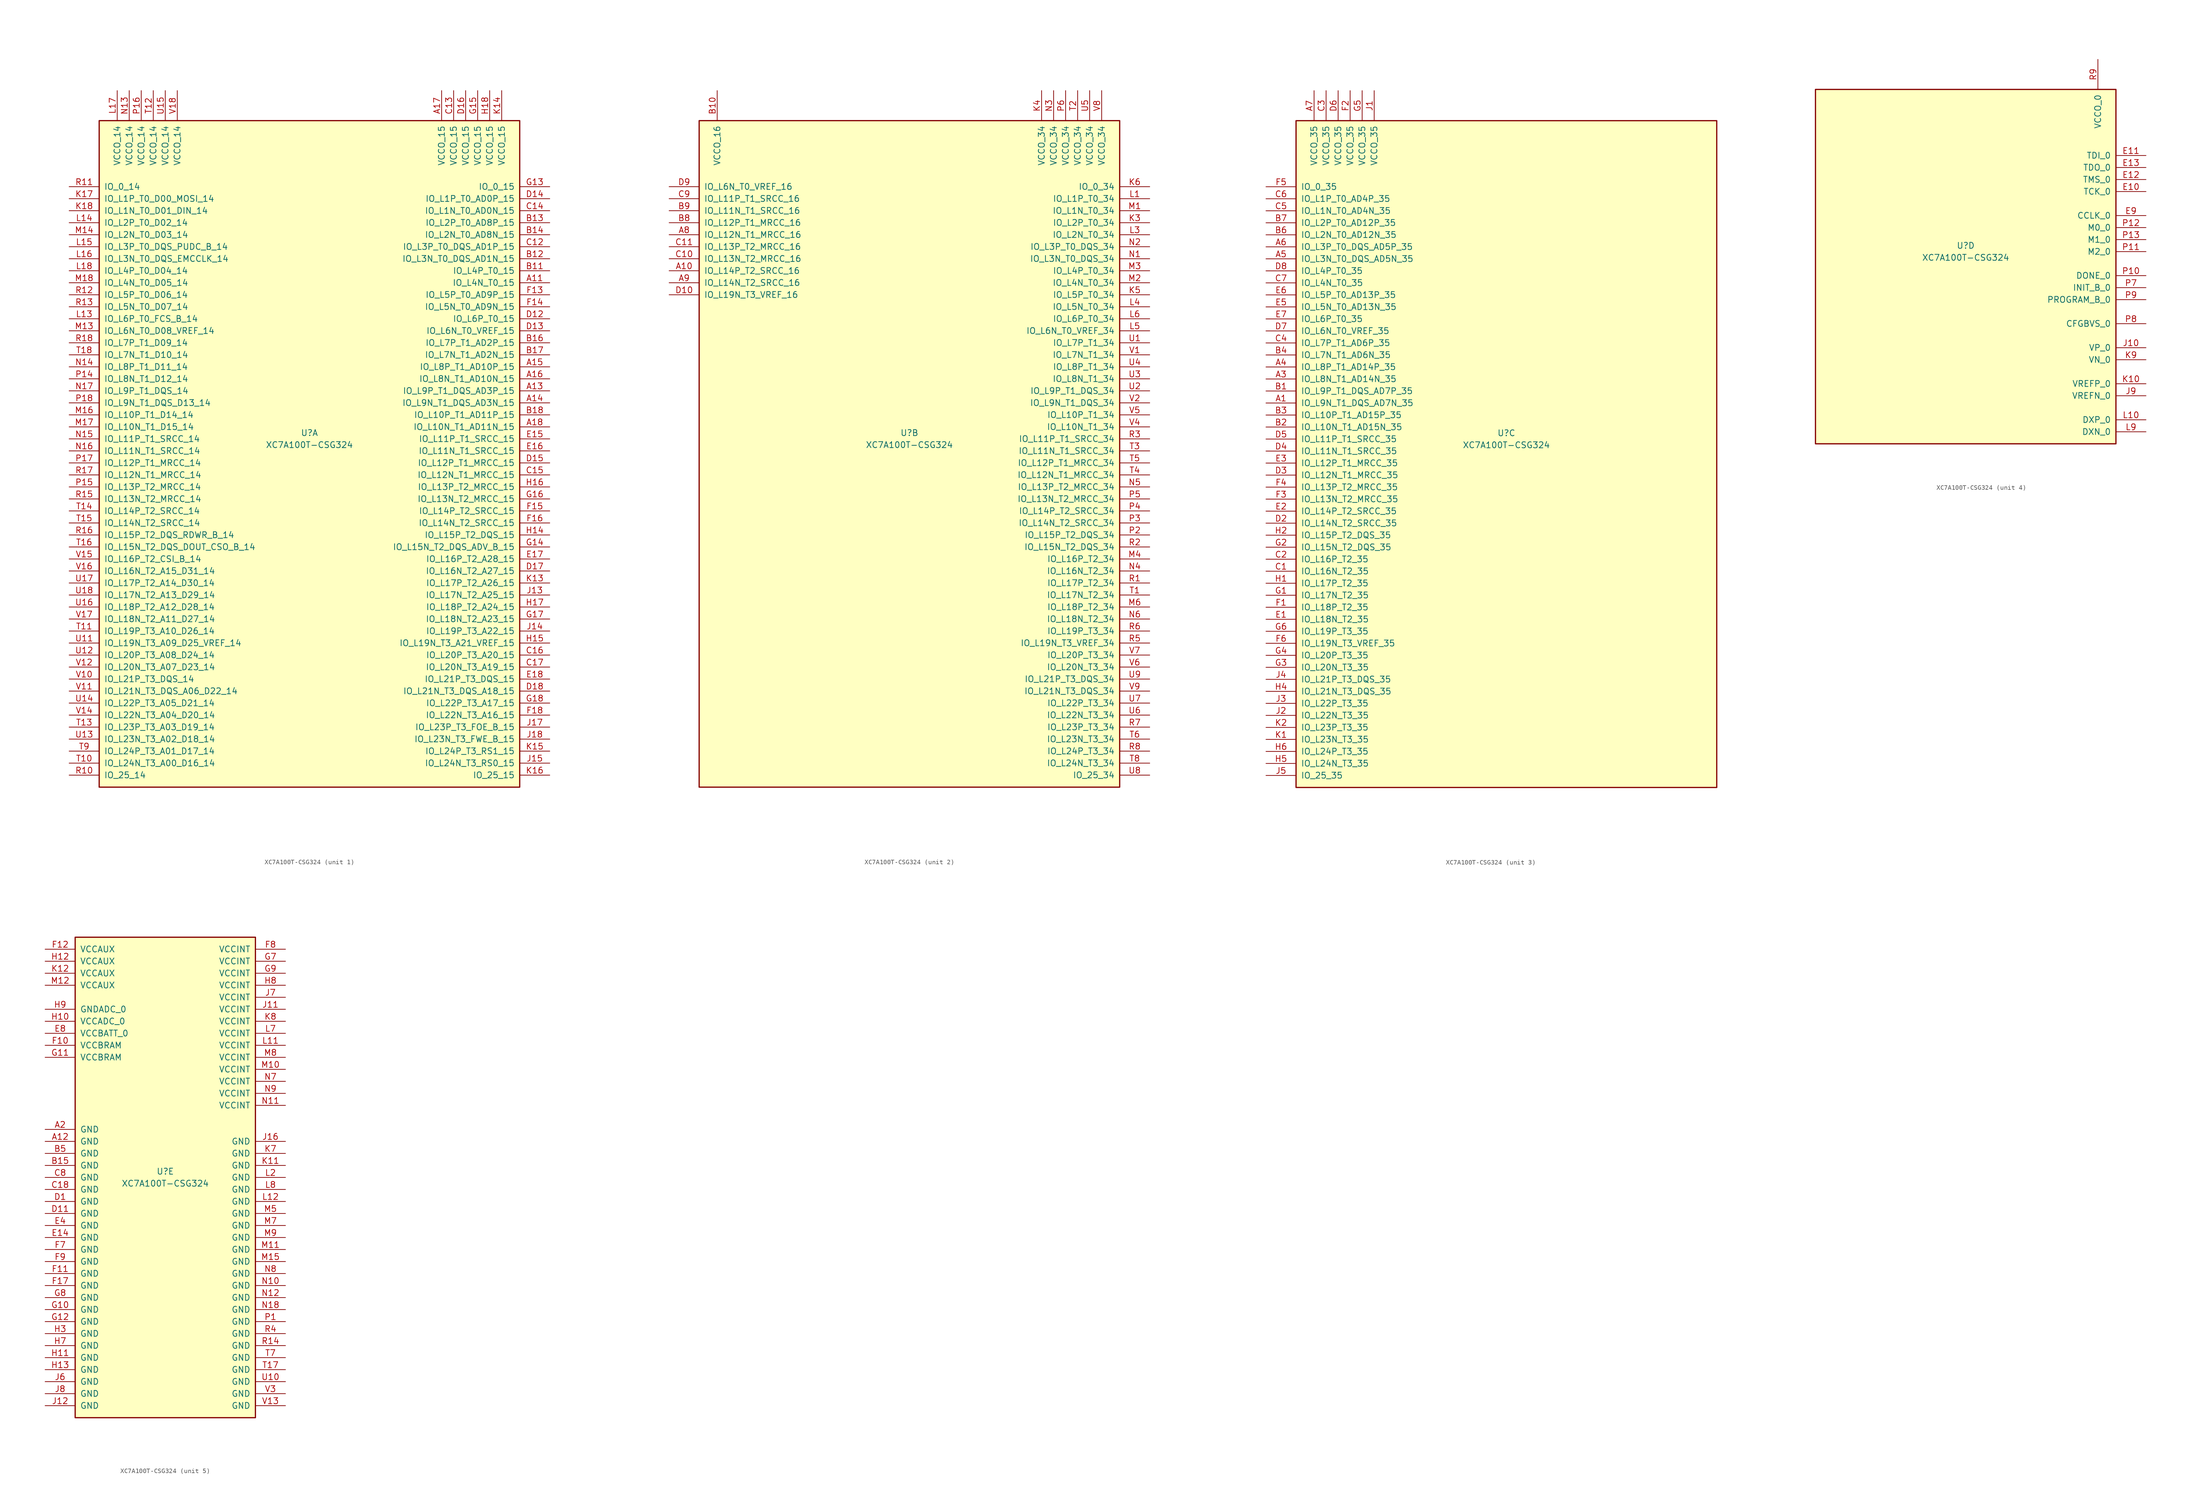
<source format=kicad_sym>
(kicad_symbol_lib
  (version 20231120)
  (generator "kicad_symbol_editor")
  (generator_version "8.0")
  (symbol "XC7A100T-CSG324"
    (pin_names
      (offset 1.016))
    (property "Reference" "U"
      (at 0 1.27 0)
      (effects (font (size 1.27 1.27))))
    (property "Value" "XC7A100T-CSG324"
      (at 0 -1.27 0)
      (effects (font (size 1.27 1.27))))
    (property "Datasheet" ""
      (at 0 0 0)
      (effects (font (size 1.27 1.27))))
    (property "ki_locked" ""
      (at 0 0 0)
      (effects (font (size 1.27 1.27))))
    (symbol "XC7A100T-CSG324_1_1"
      (rectangle (start -44.45 67.31) (end 44.45 -73.66) (stroke (width 0.254) (type solid)) (fill (type background)))
      (pin bidirectional line (at 50.8 33.02 180) (length 6.35) (name "IO_L4N_T0_15" (effects (font (size 1.27 1.27)))) (number "A11" (effects (font (size 1.27 1.27)))))
      (pin bidirectional line (at 50.8 10.16 180) (length 6.35) (name "IO_L9P_T1_DQS_AD3P_15" (effects (font (size 1.27 1.27)))) (number "A13" (effects (font (size 1.27 1.27)))))
      (pin bidirectional line (at 50.8 7.62 180) (length 6.35) (name "IO_L9N_T1_DQS_AD3N_15" (effects (font (size 1.27 1.27)))) (number "A14" (effects (font (size 1.27 1.27)))))
      (pin bidirectional line (at 50.8 15.24 180) (length 6.35) (name "IO_L8P_T1_AD10P_15" (effects (font (size 1.27 1.27)))) (number "A15" (effects (font (size 1.27 1.27)))))
      (pin bidirectional line (at 50.8 12.7 180) (length 6.35) (name "IO_L8N_T1_AD10N_15" (effects (font (size 1.27 1.27)))) (number "A16" (effects (font (size 1.27 1.27)))))
      (pin power_in line (at 27.94 73.66 270) (length 6.35) (name "VCCO_15" (effects (font (size 1.27 1.27)))) (number "A17" (effects (font (size 1.27 1.27)))))
      (pin bidirectional line (at 50.8 2.54 180) (length 6.35) (name "IO_L10N_T1_AD11N_15" (effects (font (size 1.27 1.27)))) (number "A18" (effects (font (size 1.27 1.27)))))
      (pin bidirectional line (at 50.8 35.56 180) (length 6.35) (name "IO_L4P_T0_15" (effects (font (size 1.27 1.27)))) (number "B11" (effects (font (size 1.27 1.27)))))
      (pin bidirectional line (at 50.8 38.1 180) (length 6.35) (name "IO_L3N_T0_DQS_AD1N_15" (effects (font (size 1.27 1.27)))) (number "B12" (effects (font (size 1.27 1.27)))))
      (pin bidirectional line (at 50.8 45.72 180) (length 6.35) (name "IO_L2P_T0_AD8P_15" (effects (font (size 1.27 1.27)))) (number "B13" (effects (font (size 1.27 1.27)))))
      (pin bidirectional line (at 50.8 43.18 180) (length 6.35) (name "IO_L2N_T0_AD8N_15" (effects (font (size 1.27 1.27)))) (number "B14" (effects (font (size 1.27 1.27)))))
      (pin bidirectional line (at 50.8 20.32 180) (length 6.35) (name "IO_L7P_T1_AD2P_15" (effects (font (size 1.27 1.27)))) (number "B16" (effects (font (size 1.27 1.27)))))
      (pin bidirectional line (at 50.8 17.78 180) (length 6.35) (name "IO_L7N_T1_AD2N_15" (effects (font (size 1.27 1.27)))) (number "B17" (effects (font (size 1.27 1.27)))))
      (pin bidirectional line (at 50.8 5.08 180) (length 6.35) (name "IO_L10P_T1_AD11P_15" (effects (font (size 1.27 1.27)))) (number "B18" (effects (font (size 1.27 1.27)))))
      (pin bidirectional line (at 50.8 40.64 180) (length 6.35) (name "IO_L3P_T0_DQS_AD1P_15" (effects (font (size 1.27 1.27)))) (number "C12" (effects (font (size 1.27 1.27)))))
      (pin power_in line (at 30.48 73.66 270) (length 6.35) (name "VCCO_15" (effects (font (size 1.27 1.27)))) (number "C13" (effects (font (size 1.27 1.27)))))
      (pin bidirectional line (at 50.8 48.26 180) (length 6.35) (name "IO_L1N_T0_AD0N_15" (effects (font (size 1.27 1.27)))) (number "C14" (effects (font (size 1.27 1.27)))))
      (pin bidirectional line (at 50.8 -7.62 180) (length 6.35) (name "IO_L12N_T1_MRCC_15" (effects (font (size 1.27 1.27)))) (number "C15" (effects (font (size 1.27 1.27)))))
      (pin bidirectional line (at 50.8 -45.72 180) (length 6.35) (name "IO_L20P_T3_A20_15" (effects (font (size 1.27 1.27)))) (number "C16" (effects (font (size 1.27 1.27)))))
      (pin bidirectional line (at 50.8 -48.26 180) (length 6.35) (name "IO_L20N_T3_A19_15" (effects (font (size 1.27 1.27)))) (number "C17" (effects (font (size 1.27 1.27)))))
      (pin bidirectional line (at 50.8 25.4 180) (length 6.35) (name "IO_L6P_T0_15" (effects (font (size 1.27 1.27)))) (number "D12" (effects (font (size 1.27 1.27)))))
      (pin bidirectional line (at 50.8 22.86 180) (length 6.35) (name "IO_L6N_T0_VREF_15" (effects (font (size 1.27 1.27)))) (number "D13" (effects (font (size 1.27 1.27)))))
      (pin bidirectional line (at 50.8 50.8 180) (length 6.35) (name "IO_L1P_T0_AD0P_15" (effects (font (size 1.27 1.27)))) (number "D14" (effects (font (size 1.27 1.27)))))
      (pin bidirectional line (at 50.8 -5.08 180) (length 6.35) (name "IO_L12P_T1_MRCC_15" (effects (font (size 1.27 1.27)))) (number "D15" (effects (font (size 1.27 1.27)))))
      (pin power_in line (at 33.02 73.66 270) (length 6.35) (name "VCCO_15" (effects (font (size 1.27 1.27)))) (number "D16" (effects (font (size 1.27 1.27)))))
      (pin bidirectional line (at 50.8 -27.94 180) (length 6.35) (name "IO_L16N_T2_A27_15" (effects (font (size 1.27 1.27)))) (number "D17" (effects (font (size 1.27 1.27)))))
      (pin bidirectional line (at 50.8 -53.34 180) (length 6.35) (name "IO_L21N_T3_DQS_A18_15" (effects (font (size 1.27 1.27)))) (number "D18" (effects (font (size 1.27 1.27)))))
      (pin bidirectional line (at 50.8 0 180) (length 6.35) (name "IO_L11P_T1_SRCC_15" (effects (font (size 1.27 1.27)))) (number "E15" (effects (font (size 1.27 1.27)))))
      (pin bidirectional line (at 50.8 -2.54 180) (length 6.35) (name "IO_L11N_T1_SRCC_15" (effects (font (size 1.27 1.27)))) (number "E16" (effects (font (size 1.27 1.27)))))
      (pin bidirectional line (at 50.8 -25.4 180) (length 6.35) (name "IO_L16P_T2_A28_15" (effects (font (size 1.27 1.27)))) (number "E17" (effects (font (size 1.27 1.27)))))
      (pin bidirectional line (at 50.8 -50.8 180) (length 6.35) (name "IO_L21P_T3_DQS_15" (effects (font (size 1.27 1.27)))) (number "E18" (effects (font (size 1.27 1.27)))))
      (pin bidirectional line (at 50.8 30.48 180) (length 6.35) (name "IO_L5P_T0_AD9P_15" (effects (font (size 1.27 1.27)))) (number "F13" (effects (font (size 1.27 1.27)))))
      (pin bidirectional line (at 50.8 27.94 180) (length 6.35) (name "IO_L5N_T0_AD9N_15" (effects (font (size 1.27 1.27)))) (number "F14" (effects (font (size 1.27 1.27)))))
      (pin bidirectional line (at 50.8 -15.24 180) (length 6.35) (name "IO_L14P_T2_SRCC_15" (effects (font (size 1.27 1.27)))) (number "F15" (effects (font (size 1.27 1.27)))))
      (pin bidirectional line (at 50.8 -17.78 180) (length 6.35) (name "IO_L14N_T2_SRCC_15" (effects (font (size 1.27 1.27)))) (number "F16" (effects (font (size 1.27 1.27)))))
      (pin bidirectional line (at 50.8 -58.42 180) (length 6.35) (name "IO_L22N_T3_A16_15" (effects (font (size 1.27 1.27)))) (number "F18" (effects (font (size 1.27 1.27)))))
      (pin bidirectional line (at 50.8 53.34 180) (length 6.35) (name "IO_0_15" (effects (font (size 1.27 1.27)))) (number "G13" (effects (font (size 1.27 1.27)))))
      (pin bidirectional line (at 50.8 -22.86 180) (length 6.35) (name "IO_L15N_T2_DQS_ADV_B_15" (effects (font (size 1.27 1.27)))) (number "G14" (effects (font (size 1.27 1.27)))))
      (pin power_in line (at 35.56 73.66 270) (length 6.35) (name "VCCO_15" (effects (font (size 1.27 1.27)))) (number "G15" (effects (font (size 1.27 1.27)))))
      (pin bidirectional line (at 50.8 -12.7 180) (length 6.35) (name "IO_L13N_T2_MRCC_15" (effects (font (size 1.27 1.27)))) (number "G16" (effects (font (size 1.27 1.27)))))
      (pin bidirectional line (at 50.8 -38.1 180) (length 6.35) (name "IO_L18N_T2_A23_15" (effects (font (size 1.27 1.27)))) (number "G17" (effects (font (size 1.27 1.27)))))
      (pin bidirectional line (at 50.8 -55.88 180) (length 6.35) (name "IO_L22P_T3_A17_15" (effects (font (size 1.27 1.27)))) (number "G18" (effects (font (size 1.27 1.27)))))
      (pin bidirectional line (at 50.8 -20.32 180) (length 6.35) (name "IO_L15P_T2_DQS_15" (effects (font (size 1.27 1.27)))) (number "H14" (effects (font (size 1.27 1.27)))))
      (pin bidirectional line (at 50.8 -43.18 180) (length 6.35) (name "IO_L19N_T3_A21_VREF_15" (effects (font (size 1.27 1.27)))) (number "H15" (effects (font (size 1.27 1.27)))))
      (pin bidirectional line (at 50.8 -10.16 180) (length 6.35) (name "IO_L13P_T2_MRCC_15" (effects (font (size 1.27 1.27)))) (number "H16" (effects (font (size 1.27 1.27)))))
      (pin bidirectional line (at 50.8 -35.56 180) (length 6.35) (name "IO_L18P_T2_A24_15" (effects (font (size 1.27 1.27)))) (number "H17" (effects (font (size 1.27 1.27)))))
      (pin power_in line (at 38.1 73.66 270) (length 6.35) (name "VCCO_15" (effects (font (size 1.27 1.27)))) (number "H18" (effects (font (size 1.27 1.27)))))
      (pin bidirectional line (at 50.8 -33.02 180) (length 6.35) (name "IO_L17N_T2_A25_15" (effects (font (size 1.27 1.27)))) (number "J13" (effects (font (size 1.27 1.27)))))
      (pin bidirectional line (at 50.8 -40.64 180) (length 6.35) (name "IO_L19P_T3_A22_15" (effects (font (size 1.27 1.27)))) (number "J14" (effects (font (size 1.27 1.27)))))
      (pin bidirectional line (at 50.8 -68.58 180) (length 6.35) (name "IO_L24N_T3_RS0_15" (effects (font (size 1.27 1.27)))) (number "J15" (effects (font (size 1.27 1.27)))))
      (pin bidirectional line (at 50.8 -60.96 180) (length 6.35) (name "IO_L23P_T3_FOE_B_15" (effects (font (size 1.27 1.27)))) (number "J17" (effects (font (size 1.27 1.27)))))
      (pin bidirectional line (at 50.8 -63.5 180) (length 6.35) (name "IO_L23N_T3_FWE_B_15" (effects (font (size 1.27 1.27)))) (number "J18" (effects (font (size 1.27 1.27)))))
      (pin bidirectional line (at 50.8 -30.48 180) (length 6.35) (name "IO_L17P_T2_A26_15" (effects (font (size 1.27 1.27)))) (number "K13" (effects (font (size 1.27 1.27)))))
      (pin power_in line (at 40.64 73.66 270) (length 6.35) (name "VCCO_15" (effects (font (size 1.27 1.27)))) (number "K14" (effects (font (size 1.27 1.27)))))
      (pin bidirectional line (at 50.8 -66.04 180) (length 6.35) (name "IO_L24P_T3_RS1_15" (effects (font (size 1.27 1.27)))) (number "K15" (effects (font (size 1.27 1.27)))))
      (pin bidirectional line (at 50.8 -71.12 180) (length 6.35) (name "IO_25_15" (effects (font (size 1.27 1.27)))) (number "K16" (effects (font (size 1.27 1.27)))))
      (pin bidirectional line (at -50.8 50.8 0) (length 6.35) (name "IO_L1P_T0_D00_MOSI_14" (effects (font (size 1.27 1.27)))) (number "K17" (effects (font (size 1.27 1.27)))))
      (pin bidirectional line (at -50.8 48.26 0) (length 6.35) (name "IO_L1N_T0_D01_DIN_14" (effects (font (size 1.27 1.27)))) (number "K18" (effects (font (size 1.27 1.27)))))
      (pin bidirectional line (at -50.8 25.4 0) (length 6.35) (name "IO_L6P_T0_FCS_B_14" (effects (font (size 1.27 1.27)))) (number "L13" (effects (font (size 1.27 1.27)))))
      (pin bidirectional line (at -50.8 45.72 0) (length 6.35) (name "IO_L2P_T0_D02_14" (effects (font (size 1.27 1.27)))) (number "L14" (effects (font (size 1.27 1.27)))))
      (pin bidirectional line (at -50.8 40.64 0) (length 6.35) (name "IO_L3P_T0_DQS_PUDC_B_14" (effects (font (size 1.27 1.27)))) (number "L15" (effects (font (size 1.27 1.27)))))
      (pin bidirectional line (at -50.8 38.1 0) (length 6.35) (name "IO_L3N_T0_DQS_EMCCLK_14" (effects (font (size 1.27 1.27)))) (number "L16" (effects (font (size 1.27 1.27)))))
      (pin power_in line (at -40.64 73.66 270) (length 6.35) (name "VCCO_14" (effects (font (size 1.27 1.27)))) (number "L17" (effects (font (size 1.27 1.27)))))
      (pin bidirectional line (at -50.8 35.56 0) (length 6.35) (name "IO_L4P_T0_D04_14" (effects (font (size 1.27 1.27)))) (number "L18" (effects (font (size 1.27 1.27)))))
      (pin bidirectional line (at -50.8 22.86 0) (length 6.35) (name "IO_L6N_T0_D08_VREF_14" (effects (font (size 1.27 1.27)))) (number "M13" (effects (font (size 1.27 1.27)))))
      (pin bidirectional line (at -50.8 43.18 0) (length 6.35) (name "IO_L2N_T0_D03_14" (effects (font (size 1.27 1.27)))) (number "M14" (effects (font (size 1.27 1.27)))))
      (pin bidirectional line (at -50.8 5.08 0) (length 6.35) (name "IO_L10P_T1_D14_14" (effects (font (size 1.27 1.27)))) (number "M16" (effects (font (size 1.27 1.27)))))
      (pin bidirectional line (at -50.8 2.54 0) (length 6.35) (name "IO_L10N_T1_D15_14" (effects (font (size 1.27 1.27)))) (number "M17" (effects (font (size 1.27 1.27)))))
      (pin bidirectional line (at -50.8 33.02 0) (length 6.35) (name "IO_L4N_T0_D05_14" (effects (font (size 1.27 1.27)))) (number "M18" (effects (font (size 1.27 1.27)))))
      (pin power_in line (at -38.1 73.66 270) (length 6.35) (name "VCCO_14" (effects (font (size 1.27 1.27)))) (number "N13" (effects (font (size 1.27 1.27)))))
      (pin bidirectional line (at -50.8 15.24 0) (length 6.35) (name "IO_L8P_T1_D11_14" (effects (font (size 1.27 1.27)))) (number "N14" (effects (font (size 1.27 1.27)))))
      (pin bidirectional line (at -50.8 0 0) (length 6.35) (name "IO_L11P_T1_SRCC_14" (effects (font (size 1.27 1.27)))) (number "N15" (effects (font (size 1.27 1.27)))))
      (pin bidirectional line (at -50.8 -2.54 0) (length 6.35) (name "IO_L11N_T1_SRCC_14" (effects (font (size 1.27 1.27)))) (number "N16" (effects (font (size 1.27 1.27)))))
      (pin bidirectional line (at -50.8 10.16 0) (length 6.35) (name "IO_L9P_T1_DQS_14" (effects (font (size 1.27 1.27)))) (number "N17" (effects (font (size 1.27 1.27)))))
      (pin bidirectional line (at -50.8 12.7 0) (length 6.35) (name "IO_L8N_T1_D12_14" (effects (font (size 1.27 1.27)))) (number "P14" (effects (font (size 1.27 1.27)))))
      (pin bidirectional line (at -50.8 -10.16 0) (length 6.35) (name "IO_L13P_T2_MRCC_14" (effects (font (size 1.27 1.27)))) (number "P15" (effects (font (size 1.27 1.27)))))
      (pin power_in line (at -35.56 73.66 270) (length 6.35) (name "VCCO_14" (effects (font (size 1.27 1.27)))) (number "P16" (effects (font (size 1.27 1.27)))))
      (pin bidirectional line (at -50.8 -5.08 0) (length 6.35) (name "IO_L12P_T1_MRCC_14" (effects (font (size 1.27 1.27)))) (number "P17" (effects (font (size 1.27 1.27)))))
      (pin bidirectional line (at -50.8 7.62 0) (length 6.35) (name "IO_L9N_T1_DQS_D13_14" (effects (font (size 1.27 1.27)))) (number "P18" (effects (font (size 1.27 1.27)))))
      (pin bidirectional line (at -50.8 -71.12 0) (length 6.35) (name "IO_25_14" (effects (font (size 1.27 1.27)))) (number "R10" (effects (font (size 1.27 1.27)))))
      (pin bidirectional line (at -50.8 53.34 0) (length 6.35) (name "IO_0_14" (effects (font (size 1.27 1.27)))) (number "R11" (effects (font (size 1.27 1.27)))))
      (pin bidirectional line (at -50.8 30.48 0) (length 6.35) (name "IO_L5P_T0_D06_14" (effects (font (size 1.27 1.27)))) (number "R12" (effects (font (size 1.27 1.27)))))
      (pin bidirectional line (at -50.8 27.94 0) (length 6.35) (name "IO_L5N_T0_D07_14" (effects (font (size 1.27 1.27)))) (number "R13" (effects (font (size 1.27 1.27)))))
      (pin bidirectional line (at -50.8 -12.7 0) (length 6.35) (name "IO_L13N_T2_MRCC_14" (effects (font (size 1.27 1.27)))) (number "R15" (effects (font (size 1.27 1.27)))))
      (pin bidirectional line (at -50.8 -20.32 0) (length 6.35) (name "IO_L15P_T2_DQS_RDWR_B_14" (effects (font (size 1.27 1.27)))) (number "R16" (effects (font (size 1.27 1.27)))))
      (pin bidirectional line (at -50.8 -7.62 0) (length 6.35) (name "IO_L12N_T1_MRCC_14" (effects (font (size 1.27 1.27)))) (number "R17" (effects (font (size 1.27 1.27)))))
      (pin bidirectional line (at -50.8 20.32 0) (length 6.35) (name "IO_L7P_T1_D09_14" (effects (font (size 1.27 1.27)))) (number "R18" (effects (font (size 1.27 1.27)))))
      (pin bidirectional line (at -50.8 -68.58 0) (length 6.35) (name "IO_L24N_T3_A00_D16_14" (effects (font (size 1.27 1.27)))) (number "T10" (effects (font (size 1.27 1.27)))))
      (pin bidirectional line (at -50.8 -40.64 0) (length 6.35) (name "IO_L19P_T3_A10_D26_14" (effects (font (size 1.27 1.27)))) (number "T11" (effects (font (size 1.27 1.27)))))
      (pin power_in line (at -33.02 73.66 270) (length 6.35) (name "VCCO_14" (effects (font (size 1.27 1.27)))) (number "T12" (effects (font (size 1.27 1.27)))))
      (pin bidirectional line (at -50.8 -60.96 0) (length 6.35) (name "IO_L23P_T3_A03_D19_14" (effects (font (size 1.27 1.27)))) (number "T13" (effects (font (size 1.27 1.27)))))
      (pin bidirectional line (at -50.8 -15.24 0) (length 6.35) (name "IO_L14P_T2_SRCC_14" (effects (font (size 1.27 1.27)))) (number "T14" (effects (font (size 1.27 1.27)))))
      (pin bidirectional line (at -50.8 -17.78 0) (length 6.35) (name "IO_L14N_T2_SRCC_14" (effects (font (size 1.27 1.27)))) (number "T15" (effects (font (size 1.27 1.27)))))
      (pin bidirectional line (at -50.8 -22.86 0) (length 6.35) (name "IO_L15N_T2_DQS_DOUT_CSO_B_14" (effects (font (size 1.27 1.27)))) (number "T16" (effects (font (size 1.27 1.27)))))
      (pin bidirectional line (at -50.8 17.78 0) (length 6.35) (name "IO_L7N_T1_D10_14" (effects (font (size 1.27 1.27)))) (number "T18" (effects (font (size 1.27 1.27)))))
      (pin bidirectional line (at -50.8 -66.04 0) (length 6.35) (name "IO_L24P_T3_A01_D17_14" (effects (font (size 1.27 1.27)))) (number "T9" (effects (font (size 1.27 1.27)))))
      (pin bidirectional line (at -50.8 -43.18 0) (length 6.35) (name "IO_L19N_T3_A09_D25_VREF_14" (effects (font (size 1.27 1.27)))) (number "U11" (effects (font (size 1.27 1.27)))))
      (pin bidirectional line (at -50.8 -45.72 0) (length 6.35) (name "IO_L20P_T3_A08_D24_14" (effects (font (size 1.27 1.27)))) (number "U12" (effects (font (size 1.27 1.27)))))
      (pin bidirectional line (at -50.8 -63.5 0) (length 6.35) (name "IO_L23N_T3_A02_D18_14" (effects (font (size 1.27 1.27)))) (number "U13" (effects (font (size 1.27 1.27)))))
      (pin bidirectional line (at -50.8 -55.88 0) (length 6.35) (name "IO_L22P_T3_A05_D21_14" (effects (font (size 1.27 1.27)))) (number "U14" (effects (font (size 1.27 1.27)))))
      (pin power_in line (at -30.48 73.66 270) (length 6.35) (name "VCCO_14" (effects (font (size 1.27 1.27)))) (number "U15" (effects (font (size 1.27 1.27)))))
      (pin bidirectional line (at -50.8 -35.56 0) (length 6.35) (name "IO_L18P_T2_A12_D28_14" (effects (font (size 1.27 1.27)))) (number "U16" (effects (font (size 1.27 1.27)))))
      (pin bidirectional line (at -50.8 -30.48 0) (length 6.35) (name "IO_L17P_T2_A14_D30_14" (effects (font (size 1.27 1.27)))) (number "U17" (effects (font (size 1.27 1.27)))))
      (pin bidirectional line (at -50.8 -33.02 0) (length 6.35) (name "IO_L17N_T2_A13_D29_14" (effects (font (size 1.27 1.27)))) (number "U18" (effects (font (size 1.27 1.27)))))
      (pin bidirectional line (at -50.8 -50.8 0) (length 6.35) (name "IO_L21P_T3_DQS_14" (effects (font (size 1.27 1.27)))) (number "V10" (effects (font (size 1.27 1.27)))))
      (pin bidirectional line (at -50.8 -53.34 0) (length 6.35) (name "IO_L21N_T3_DQS_A06_D22_14" (effects (font (size 1.27 1.27)))) (number "V11" (effects (font (size 1.27 1.27)))))
      (pin bidirectional line (at -50.8 -48.26 0) (length 6.35) (name "IO_L20N_T3_A07_D23_14" (effects (font (size 1.27 1.27)))) (number "V12" (effects (font (size 1.27 1.27)))))
      (pin bidirectional line (at -50.8 -58.42 0) (length 6.35) (name "IO_L22N_T3_A04_D20_14" (effects (font (size 1.27 1.27)))) (number "V14" (effects (font (size 1.27 1.27)))))
      (pin bidirectional line (at -50.8 -25.4 0) (length 6.35) (name "IO_L16P_T2_CSI_B_14" (effects (font (size 1.27 1.27)))) (number "V15" (effects (font (size 1.27 1.27)))))
      (pin bidirectional line (at -50.8 -27.94 0) (length 6.35) (name "IO_L16N_T2_A15_D31_14" (effects (font (size 1.27 1.27)))) (number "V16" (effects (font (size 1.27 1.27)))))
      (pin bidirectional line (at -50.8 -38.1 0) (length 6.35) (name "IO_L18N_T2_A11_D27_14" (effects (font (size 1.27 1.27)))) (number "V17" (effects (font (size 1.27 1.27)))))
      (pin power_in line (at -27.94 73.66 270) (length 6.35) (name "VCCO_14" (effects (font (size 1.27 1.27)))) (number "V18" (effects (font (size 1.27 1.27))))))
    (symbol "XC7A100T-CSG324_2_1"
      (rectangle (start -44.45 67.31) (end 44.45 -73.66) (stroke (width 0.254) (type solid)) (fill (type background)))
      (pin bidirectional line (at -50.8 35.56 0) (length 6.35) (name "IO_L14P_T2_SRCC_16" (effects (font (size 1.27 1.27)))) (number "A10" (effects (font (size 1.27 1.27)))))
      (pin bidirectional line (at -50.8 43.18 0) (length 6.35) (name "IO_L12N_T1_MRCC_16" (effects (font (size 1.27 1.27)))) (number "A8" (effects (font (size 1.27 1.27)))))
      (pin bidirectional line (at -50.8 33.02 0) (length 6.35) (name "IO_L14N_T2_SRCC_16" (effects (font (size 1.27 1.27)))) (number "A9" (effects (font (size 1.27 1.27)))))
      (pin power_in line (at -40.64 73.66 270) (length 6.35) (name "VCCO_16" (effects (font (size 1.27 1.27)))) (number "B10" (effects (font (size 1.27 1.27)))))
      (pin bidirectional line (at -50.8 45.72 0) (length 6.35) (name "IO_L12P_T1_MRCC_16" (effects (font (size 1.27 1.27)))) (number "B8" (effects (font (size 1.27 1.27)))))
      (pin bidirectional line (at -50.8 48.26 0) (length 6.35) (name "IO_L11N_T1_SRCC_16" (effects (font (size 1.27 1.27)))) (number "B9" (effects (font (size 1.27 1.27)))))
      (pin bidirectional line (at -50.8 38.1 0) (length 6.35) (name "IO_L13N_T2_MRCC_16" (effects (font (size 1.27 1.27)))) (number "C10" (effects (font (size 1.27 1.27)))))
      (pin bidirectional line (at -50.8 40.64 0) (length 6.35) (name "IO_L13P_T2_MRCC_16" (effects (font (size 1.27 1.27)))) (number "C11" (effects (font (size 1.27 1.27)))))
      (pin bidirectional line (at -50.8 50.8 0) (length 6.35) (name "IO_L11P_T1_SRCC_16" (effects (font (size 1.27 1.27)))) (number "C9" (effects (font (size 1.27 1.27)))))
      (pin bidirectional line (at -50.8 30.48 0) (length 6.35) (name "IO_L19N_T3_VREF_16" (effects (font (size 1.27 1.27)))) (number "D10" (effects (font (size 1.27 1.27)))))
      (pin bidirectional line (at -50.8 53.34 0) (length 6.35) (name "IO_L6N_T0_VREF_16" (effects (font (size 1.27 1.27)))) (number "D9" (effects (font (size 1.27 1.27)))))
      (pin bidirectional line (at 50.8 45.72 180) (length 6.35) (name "IO_L2P_T0_34" (effects (font (size 1.27 1.27)))) (number "K3" (effects (font (size 1.27 1.27)))))
      (pin power_in line (at 27.94 73.66 270) (length 6.35) (name "VCCO_34" (effects (font (size 1.27 1.27)))) (number "K4" (effects (font (size 1.27 1.27)))))
      (pin bidirectional line (at 50.8 30.48 180) (length 6.35) (name "IO_L5P_T0_34" (effects (font (size 1.27 1.27)))) (number "K5" (effects (font (size 1.27 1.27)))))
      (pin bidirectional line (at 50.8 53.34 180) (length 6.35) (name "IO_0_34" (effects (font (size 1.27 1.27)))) (number "K6" (effects (font (size 1.27 1.27)))))
      (pin bidirectional line (at 50.8 50.8 180) (length 6.35) (name "IO_L1P_T0_34" (effects (font (size 1.27 1.27)))) (number "L1" (effects (font (size 1.27 1.27)))))
      (pin bidirectional line (at 50.8 43.18 180) (length 6.35) (name "IO_L2N_T0_34" (effects (font (size 1.27 1.27)))) (number "L3" (effects (font (size 1.27 1.27)))))
      (pin bidirectional line (at 50.8 27.94 180) (length 6.35) (name "IO_L5N_T0_34" (effects (font (size 1.27 1.27)))) (number "L4" (effects (font (size 1.27 1.27)))))
      (pin bidirectional line (at 50.8 22.86 180) (length 6.35) (name "IO_L6N_T0_VREF_34" (effects (font (size 1.27 1.27)))) (number "L5" (effects (font (size 1.27 1.27)))))
      (pin bidirectional line (at 50.8 25.4 180) (length 6.35) (name "IO_L6P_T0_34" (effects (font (size 1.27 1.27)))) (number "L6" (effects (font (size 1.27 1.27)))))
      (pin bidirectional line (at 50.8 48.26 180) (length 6.35) (name "IO_L1N_T0_34" (effects (font (size 1.27 1.27)))) (number "M1" (effects (font (size 1.27 1.27)))))
      (pin bidirectional line (at 50.8 33.02 180) (length 6.35) (name "IO_L4N_T0_34" (effects (font (size 1.27 1.27)))) (number "M2" (effects (font (size 1.27 1.27)))))
      (pin bidirectional line (at 50.8 35.56 180) (length 6.35) (name "IO_L4P_T0_34" (effects (font (size 1.27 1.27)))) (number "M3" (effects (font (size 1.27 1.27)))))
      (pin bidirectional line (at 50.8 -25.4 180) (length 6.35) (name "IO_L16P_T2_34" (effects (font (size 1.27 1.27)))) (number "M4" (effects (font (size 1.27 1.27)))))
      (pin bidirectional line (at 50.8 -35.56 180) (length 6.35) (name "IO_L18P_T2_34" (effects (font (size 1.27 1.27)))) (number "M6" (effects (font (size 1.27 1.27)))))
      (pin bidirectional line (at 50.8 38.1 180) (length 6.35) (name "IO_L3N_T0_DQS_34" (effects (font (size 1.27 1.27)))) (number "N1" (effects (font (size 1.27 1.27)))))
      (pin bidirectional line (at 50.8 40.64 180) (length 6.35) (name "IO_L3P_T0_DQS_34" (effects (font (size 1.27 1.27)))) (number "N2" (effects (font (size 1.27 1.27)))))
      (pin power_in line (at 30.48 73.66 270) (length 6.35) (name "VCCO_34" (effects (font (size 1.27 1.27)))) (number "N3" (effects (font (size 1.27 1.27)))))
      (pin bidirectional line (at 50.8 -27.94 180) (length 6.35) (name "IO_L16N_T2_34" (effects (font (size 1.27 1.27)))) (number "N4" (effects (font (size 1.27 1.27)))))
      (pin bidirectional line (at 50.8 -10.16 180) (length 6.35) (name "IO_L13P_T2_MRCC_34" (effects (font (size 1.27 1.27)))) (number "N5" (effects (font (size 1.27 1.27)))))
      (pin bidirectional line (at 50.8 -38.1 180) (length 6.35) (name "IO_L18N_T2_34" (effects (font (size 1.27 1.27)))) (number "N6" (effects (font (size 1.27 1.27)))))
      (pin bidirectional line (at 50.8 -20.32 180) (length 6.35) (name "IO_L15P_T2_DQS_34" (effects (font (size 1.27 1.27)))) (number "P2" (effects (font (size 1.27 1.27)))))
      (pin bidirectional line (at 50.8 -17.78 180) (length 6.35) (name "IO_L14N_T2_SRCC_34" (effects (font (size 1.27 1.27)))) (number "P3" (effects (font (size 1.27 1.27)))))
      (pin bidirectional line (at 50.8 -15.24 180) (length 6.35) (name "IO_L14P_T2_SRCC_34" (effects (font (size 1.27 1.27)))) (number "P4" (effects (font (size 1.27 1.27)))))
      (pin bidirectional line (at 50.8 -12.7 180) (length 6.35) (name "IO_L13N_T2_MRCC_34" (effects (font (size 1.27 1.27)))) (number "P5" (effects (font (size 1.27 1.27)))))
      (pin power_in line (at 33.02 73.66 270) (length 6.35) (name "VCCO_34" (effects (font (size 1.27 1.27)))) (number "P6" (effects (font (size 1.27 1.27)))))
      (pin bidirectional line (at 50.8 -30.48 180) (length 6.35) (name "IO_L17P_T2_34" (effects (font (size 1.27 1.27)))) (number "R1" (effects (font (size 1.27 1.27)))))
      (pin bidirectional line (at 50.8 -22.86 180) (length 6.35) (name "IO_L15N_T2_DQS_34" (effects (font (size 1.27 1.27)))) (number "R2" (effects (font (size 1.27 1.27)))))
      (pin bidirectional line (at 50.8 0 180) (length 6.35) (name "IO_L11P_T1_SRCC_34" (effects (font (size 1.27 1.27)))) (number "R3" (effects (font (size 1.27 1.27)))))
      (pin bidirectional line (at 50.8 -43.18 180) (length 6.35) (name "IO_L19N_T3_VREF_34" (effects (font (size 1.27 1.27)))) (number "R5" (effects (font (size 1.27 1.27)))))
      (pin bidirectional line (at 50.8 -40.64 180) (length 6.35) (name "IO_L19P_T3_34" (effects (font (size 1.27 1.27)))) (number "R6" (effects (font (size 1.27 1.27)))))
      (pin bidirectional line (at 50.8 -60.96 180) (length 6.35) (name "IO_L23P_T3_34" (effects (font (size 1.27 1.27)))) (number "R7" (effects (font (size 1.27 1.27)))))
      (pin bidirectional line (at 50.8 -66.04 180) (length 6.35) (name "IO_L24P_T3_34" (effects (font (size 1.27 1.27)))) (number "R8" (effects (font (size 1.27 1.27)))))
      (pin bidirectional line (at 50.8 -33.02 180) (length 6.35) (name "IO_L17N_T2_34" (effects (font (size 1.27 1.27)))) (number "T1" (effects (font (size 1.27 1.27)))))
      (pin power_in line (at 35.56 73.66 270) (length 6.35) (name "VCCO_34" (effects (font (size 1.27 1.27)))) (number "T2" (effects (font (size 1.27 1.27)))))
      (pin bidirectional line (at 50.8 -2.54 180) (length 6.35) (name "IO_L11N_T1_SRCC_34" (effects (font (size 1.27 1.27)))) (number "T3" (effects (font (size 1.27 1.27)))))
      (pin bidirectional line (at 50.8 -7.62 180) (length 6.35) (name "IO_L12N_T1_MRCC_34" (effects (font (size 1.27 1.27)))) (number "T4" (effects (font (size 1.27 1.27)))))
      (pin bidirectional line (at 50.8 -5.08 180) (length 6.35) (name "IO_L12P_T1_MRCC_34" (effects (font (size 1.27 1.27)))) (number "T5" (effects (font (size 1.27 1.27)))))
      (pin bidirectional line (at 50.8 -63.5 180) (length 6.35) (name "IO_L23N_T3_34" (effects (font (size 1.27 1.27)))) (number "T6" (effects (font (size 1.27 1.27)))))
      (pin bidirectional line (at 50.8 -68.58 180) (length 6.35) (name "IO_L24N_T3_34" (effects (font (size 1.27 1.27)))) (number "T8" (effects (font (size 1.27 1.27)))))
      (pin bidirectional line (at 50.8 20.32 180) (length 6.35) (name "IO_L7P_T1_34" (effects (font (size 1.27 1.27)))) (number "U1" (effects (font (size 1.27 1.27)))))
      (pin bidirectional line (at 50.8 10.16 180) (length 6.35) (name "IO_L9P_T1_DQS_34" (effects (font (size 1.27 1.27)))) (number "U2" (effects (font (size 1.27 1.27)))))
      (pin bidirectional line (at 50.8 12.7 180) (length 6.35) (name "IO_L8N_T1_34" (effects (font (size 1.27 1.27)))) (number "U3" (effects (font (size 1.27 1.27)))))
      (pin bidirectional line (at 50.8 15.24 180) (length 6.35) (name "IO_L8P_T1_34" (effects (font (size 1.27 1.27)))) (number "U4" (effects (font (size 1.27 1.27)))))
      (pin power_in line (at 38.1 73.66 270) (length 6.35) (name "VCCO_34" (effects (font (size 1.27 1.27)))) (number "U5" (effects (font (size 1.27 1.27)))))
      (pin bidirectional line (at 50.8 -58.42 180) (length 6.35) (name "IO_L22N_T3_34" (effects (font (size 1.27 1.27)))) (number "U6" (effects (font (size 1.27 1.27)))))
      (pin bidirectional line (at 50.8 -55.88 180) (length 6.35) (name "IO_L22P_T3_34" (effects (font (size 1.27 1.27)))) (number "U7" (effects (font (size 1.27 1.27)))))
      (pin bidirectional line (at 50.8 -71.12 180) (length 6.35) (name "IO_25_34" (effects (font (size 1.27 1.27)))) (number "U8" (effects (font (size 1.27 1.27)))))
      (pin bidirectional line (at 50.8 -50.8 180) (length 6.35) (name "IO_L21P_T3_DQS_34" (effects (font (size 1.27 1.27)))) (number "U9" (effects (font (size 1.27 1.27)))))
      (pin bidirectional line (at 50.8 17.78 180) (length 6.35) (name "IO_L7N_T1_34" (effects (font (size 1.27 1.27)))) (number "V1" (effects (font (size 1.27 1.27)))))
      (pin bidirectional line (at 50.8 7.62 180) (length 6.35) (name "IO_L9N_T1_DQS_34" (effects (font (size 1.27 1.27)))) (number "V2" (effects (font (size 1.27 1.27)))))
      (pin bidirectional line (at 50.8 2.54 180) (length 6.35) (name "IO_L10N_T1_34" (effects (font (size 1.27 1.27)))) (number "V4" (effects (font (size 1.27 1.27)))))
      (pin bidirectional line (at 50.8 5.08 180) (length 6.35) (name "IO_L10P_T1_34" (effects (font (size 1.27 1.27)))) (number "V5" (effects (font (size 1.27 1.27)))))
      (pin bidirectional line (at 50.8 -48.26 180) (length 6.35) (name "IO_L20N_T3_34" (effects (font (size 1.27 1.27)))) (number "V6" (effects (font (size 1.27 1.27)))))
      (pin bidirectional line (at 50.8 -45.72 180) (length 6.35) (name "IO_L20P_T3_34" (effects (font (size 1.27 1.27)))) (number "V7" (effects (font (size 1.27 1.27)))))
      (pin power_in line (at 40.64 73.66 270) (length 6.35) (name "VCCO_34" (effects (font (size 1.27 1.27)))) (number "V8" (effects (font (size 1.27 1.27)))))
      (pin bidirectional line (at 50.8 -53.34 180) (length 6.35) (name "IO_L21N_T3_DQS_34" (effects (font (size 1.27 1.27)))) (number "V9" (effects (font (size 1.27 1.27))))))
    (symbol "XC7A100T-CSG324_3_1"
      (rectangle (start -44.45 67.31) (end 44.45 -73.66) (stroke (width 0.254) (type solid)) (fill (type background)))
      (pin bidirectional line (at -50.8 7.62 0) (length 6.35) (name "IO_L9N_T1_DQS_AD7N_35" (effects (font (size 1.27 1.27)))) (number "A1" (effects (font (size 1.27 1.27)))))
      (pin bidirectional line (at -50.8 12.7 0) (length 6.35) (name "IO_L8N_T1_AD14N_35" (effects (font (size 1.27 1.27)))) (number "A3" (effects (font (size 1.27 1.27)))))
      (pin bidirectional line (at -50.8 15.24 0) (length 6.35) (name "IO_L8P_T1_AD14P_35" (effects (font (size 1.27 1.27)))) (number "A4" (effects (font (size 1.27 1.27)))))
      (pin bidirectional line (at -50.8 38.1 0) (length 6.35) (name "IO_L3N_T0_DQS_AD5N_35" (effects (font (size 1.27 1.27)))) (number "A5" (effects (font (size 1.27 1.27)))))
      (pin bidirectional line (at -50.8 40.64 0) (length 6.35) (name "IO_L3P_T0_DQS_AD5P_35" (effects (font (size 1.27 1.27)))) (number "A6" (effects (font (size 1.27 1.27)))))
      (pin power_in line (at -40.64 73.66 270) (length 6.35) (name "VCCO_35" (effects (font (size 1.27 1.27)))) (number "A7" (effects (font (size 1.27 1.27)))))
      (pin bidirectional line (at -50.8 10.16 0) (length 6.35) (name "IO_L9P_T1_DQS_AD7P_35" (effects (font (size 1.27 1.27)))) (number "B1" (effects (font (size 1.27 1.27)))))
      (pin bidirectional line (at -50.8 2.54 0) (length 6.35) (name "IO_L10N_T1_AD15N_35" (effects (font (size 1.27 1.27)))) (number "B2" (effects (font (size 1.27 1.27)))))
      (pin bidirectional line (at -50.8 5.08 0) (length 6.35) (name "IO_L10P_T1_AD15P_35" (effects (font (size 1.27 1.27)))) (number "B3" (effects (font (size 1.27 1.27)))))
      (pin bidirectional line (at -50.8 17.78 0) (length 6.35) (name "IO_L7N_T1_AD6N_35" (effects (font (size 1.27 1.27)))) (number "B4" (effects (font (size 1.27 1.27)))))
      (pin bidirectional line (at -50.8 43.18 0) (length 6.35) (name "IO_L2N_T0_AD12N_35" (effects (font (size 1.27 1.27)))) (number "B6" (effects (font (size 1.27 1.27)))))
      (pin bidirectional line (at -50.8 45.72 0) (length 6.35) (name "IO_L2P_T0_AD12P_35" (effects (font (size 1.27 1.27)))) (number "B7" (effects (font (size 1.27 1.27)))))
      (pin bidirectional line (at -50.8 -27.94 0) (length 6.35) (name "IO_L16N_T2_35" (effects (font (size 1.27 1.27)))) (number "C1" (effects (font (size 1.27 1.27)))))
      (pin bidirectional line (at -50.8 -25.4 0) (length 6.35) (name "IO_L16P_T2_35" (effects (font (size 1.27 1.27)))) (number "C2" (effects (font (size 1.27 1.27)))))
      (pin power_in line (at -38.1 73.66 270) (length 6.35) (name "VCCO_35" (effects (font (size 1.27 1.27)))) (number "C3" (effects (font (size 1.27 1.27)))))
      (pin bidirectional line (at -50.8 20.32 0) (length 6.35) (name "IO_L7P_T1_AD6P_35" (effects (font (size 1.27 1.27)))) (number "C4" (effects (font (size 1.27 1.27)))))
      (pin bidirectional line (at -50.8 48.26 0) (length 6.35) (name "IO_L1N_T0_AD4N_35" (effects (font (size 1.27 1.27)))) (number "C5" (effects (font (size 1.27 1.27)))))
      (pin bidirectional line (at -50.8 50.8 0) (length 6.35) (name "IO_L1P_T0_AD4P_35" (effects (font (size 1.27 1.27)))) (number "C6" (effects (font (size 1.27 1.27)))))
      (pin bidirectional line (at -50.8 33.02 0) (length 6.35) (name "IO_L4N_T0_35" (effects (font (size 1.27 1.27)))) (number "C7" (effects (font (size 1.27 1.27)))))
      (pin bidirectional line (at -50.8 -17.78 0) (length 6.35) (name "IO_L14N_T2_SRCC_35" (effects (font (size 1.27 1.27)))) (number "D2" (effects (font (size 1.27 1.27)))))
      (pin bidirectional line (at -50.8 -7.62 0) (length 6.35) (name "IO_L12N_T1_MRCC_35" (effects (font (size 1.27 1.27)))) (number "D3" (effects (font (size 1.27 1.27)))))
      (pin bidirectional line (at -50.8 -2.54 0) (length 6.35) (name "IO_L11N_T1_SRCC_35" (effects (font (size 1.27 1.27)))) (number "D4" (effects (font (size 1.27 1.27)))))
      (pin bidirectional line (at -50.8 0 0) (length 6.35) (name "IO_L11P_T1_SRCC_35" (effects (font (size 1.27 1.27)))) (number "D5" (effects (font (size 1.27 1.27)))))
      (pin power_in line (at -35.56 73.66 270) (length 6.35) (name "VCCO_35" (effects (font (size 1.27 1.27)))) (number "D6" (effects (font (size 1.27 1.27)))))
      (pin bidirectional line (at -50.8 22.86 0) (length 6.35) (name "IO_L6N_T0_VREF_35" (effects (font (size 1.27 1.27)))) (number "D7" (effects (font (size 1.27 1.27)))))
      (pin bidirectional line (at -50.8 35.56 0) (length 6.35) (name "IO_L4P_T0_35" (effects (font (size 1.27 1.27)))) (number "D8" (effects (font (size 1.27 1.27)))))
      (pin bidirectional line (at -50.8 -38.1 0) (length 6.35) (name "IO_L18N_T2_35" (effects (font (size 1.27 1.27)))) (number "E1" (effects (font (size 1.27 1.27)))))
      (pin bidirectional line (at -50.8 -15.24 0) (length 6.35) (name "IO_L14P_T2_SRCC_35" (effects (font (size 1.27 1.27)))) (number "E2" (effects (font (size 1.27 1.27)))))
      (pin bidirectional line (at -50.8 -5.08 0) (length 6.35) (name "IO_L12P_T1_MRCC_35" (effects (font (size 1.27 1.27)))) (number "E3" (effects (font (size 1.27 1.27)))))
      (pin bidirectional line (at -50.8 27.94 0) (length 6.35) (name "IO_L5N_T0_AD13N_35" (effects (font (size 1.27 1.27)))) (number "E5" (effects (font (size 1.27 1.27)))))
      (pin bidirectional line (at -50.8 30.48 0) (length 6.35) (name "IO_L5P_T0_AD13P_35" (effects (font (size 1.27 1.27)))) (number "E6" (effects (font (size 1.27 1.27)))))
      (pin bidirectional line (at -50.8 25.4 0) (length 6.35) (name "IO_L6P_T0_35" (effects (font (size 1.27 1.27)))) (number "E7" (effects (font (size 1.27 1.27)))))
      (pin bidirectional line (at -50.8 -35.56 0) (length 6.35) (name "IO_L18P_T2_35" (effects (font (size 1.27 1.27)))) (number "F1" (effects (font (size 1.27 1.27)))))
      (pin power_in line (at -33.02 73.66 270) (length 6.35) (name "VCCO_35" (effects (font (size 1.27 1.27)))) (number "F2" (effects (font (size 1.27 1.27)))))
      (pin bidirectional line (at -50.8 -12.7 0) (length 6.35) (name "IO_L13N_T2_MRCC_35" (effects (font (size 1.27 1.27)))) (number "F3" (effects (font (size 1.27 1.27)))))
      (pin bidirectional line (at -50.8 -10.16 0) (length 6.35) (name "IO_L13P_T2_MRCC_35" (effects (font (size 1.27 1.27)))) (number "F4" (effects (font (size 1.27 1.27)))))
      (pin bidirectional line (at -50.8 53.34 0) (length 6.35) (name "IO_0_35" (effects (font (size 1.27 1.27)))) (number "F5" (effects (font (size 1.27 1.27)))))
      (pin bidirectional line (at -50.8 -43.18 0) (length 6.35) (name "IO_L19N_T3_VREF_35" (effects (font (size 1.27 1.27)))) (number "F6" (effects (font (size 1.27 1.27)))))
      (pin bidirectional line (at -50.8 -33.02 0) (length 6.35) (name "IO_L17N_T2_35" (effects (font (size 1.27 1.27)))) (number "G1" (effects (font (size 1.27 1.27)))))
      (pin bidirectional line (at -50.8 -22.86 0) (length 6.35) (name "IO_L15N_T2_DQS_35" (effects (font (size 1.27 1.27)))) (number "G2" (effects (font (size 1.27 1.27)))))
      (pin bidirectional line (at -50.8 -48.26 0) (length 6.35) (name "IO_L20N_T3_35" (effects (font (size 1.27 1.27)))) (number "G3" (effects (font (size 1.27 1.27)))))
      (pin bidirectional line (at -50.8 -45.72 0) (length 6.35) (name "IO_L20P_T3_35" (effects (font (size 1.27 1.27)))) (number "G4" (effects (font (size 1.27 1.27)))))
      (pin power_in line (at -30.48 73.66 270) (length 6.35) (name "VCCO_35" (effects (font (size 1.27 1.27)))) (number "G5" (effects (font (size 1.27 1.27)))))
      (pin bidirectional line (at -50.8 -40.64 0) (length 6.35) (name "IO_L19P_T3_35" (effects (font (size 1.27 1.27)))) (number "G6" (effects (font (size 1.27 1.27)))))
      (pin bidirectional line (at -50.8 -30.48 0) (length 6.35) (name "IO_L17P_T2_35" (effects (font (size 1.27 1.27)))) (number "H1" (effects (font (size 1.27 1.27)))))
      (pin bidirectional line (at -50.8 -20.32 0) (length 6.35) (name "IO_L15P_T2_DQS_35" (effects (font (size 1.27 1.27)))) (number "H2" (effects (font (size 1.27 1.27)))))
      (pin bidirectional line (at -50.8 -53.34 0) (length 6.35) (name "IO_L21N_T3_DQS_35" (effects (font (size 1.27 1.27)))) (number "H4" (effects (font (size 1.27 1.27)))))
      (pin bidirectional line (at -50.8 -68.58 0) (length 6.35) (name "IO_L24N_T3_35" (effects (font (size 1.27 1.27)))) (number "H5" (effects (font (size 1.27 1.27)))))
      (pin bidirectional line (at -50.8 -66.04 0) (length 6.35) (name "IO_L24P_T3_35" (effects (font (size 1.27 1.27)))) (number "H6" (effects (font (size 1.27 1.27)))))
      (pin power_in line (at -27.94 73.66 270) (length 6.35) (name "VCCO_35" (effects (font (size 1.27 1.27)))) (number "J1" (effects (font (size 1.27 1.27)))))
      (pin bidirectional line (at -50.8 -58.42 0) (length 6.35) (name "IO_L22N_T3_35" (effects (font (size 1.27 1.27)))) (number "J2" (effects (font (size 1.27 1.27)))))
      (pin bidirectional line (at -50.8 -55.88 0) (length 6.35) (name "IO_L22P_T3_35" (effects (font (size 1.27 1.27)))) (number "J3" (effects (font (size 1.27 1.27)))))
      (pin bidirectional line (at -50.8 -50.8 0) (length 6.35) (name "IO_L21P_T3_DQS_35" (effects (font (size 1.27 1.27)))) (number "J4" (effects (font (size 1.27 1.27)))))
      (pin bidirectional line (at -50.8 -71.12 0) (length 6.35) (name "IO_25_35" (effects (font (size 1.27 1.27)))) (number "J5" (effects (font (size 1.27 1.27)))))
      (pin bidirectional line (at -50.8 -63.5 0) (length 6.35) (name "IO_L23N_T3_35" (effects (font (size 1.27 1.27)))) (number "K1" (effects (font (size 1.27 1.27)))))
      (pin bidirectional line (at -50.8 -60.96 0) (length 6.35) (name "IO_L23P_T3_35" (effects (font (size 1.27 1.27)))) (number "K2" (effects (font (size 1.27 1.27))))))
    (symbol "XC7A100T-CSG324_4_1"
      (rectangle (start -31.75 34.29) (end 31.75 -40.64) (stroke (width 0.254) (type solid)) (fill (type background)))
      (pin bidirectional line (at 38.1 12.7 180) (length 6.35) (name "TCK_0" (effects (font (size 1.27 1.27)))) (number "E10" (effects (font (size 1.27 1.27)))))
      (pin bidirectional line (at 38.1 20.32 180) (length 6.35) (name "TDI_0" (effects (font (size 1.27 1.27)))) (number "E11" (effects (font (size 1.27 1.27)))))
      (pin bidirectional line (at 38.1 15.24 180) (length 6.35) (name "TMS_0" (effects (font (size 1.27 1.27)))) (number "E12" (effects (font (size 1.27 1.27)))))
      (pin bidirectional line (at 38.1 17.78 180) (length 6.35) (name "TDO_0" (effects (font (size 1.27 1.27)))) (number "E13" (effects (font (size 1.27 1.27)))))
      (pin bidirectional line (at 38.1 7.62 180) (length 6.35) (name "CCLK_0" (effects (font (size 1.27 1.27)))) (number "E9" (effects (font (size 1.27 1.27)))))
      (pin bidirectional line (at 38.1 -20.32 180) (length 6.35) (name "VP_0" (effects (font (size 1.27 1.27)))) (number "J10" (effects (font (size 1.27 1.27)))))
      (pin bidirectional line (at 38.1 -30.48 180) (length 6.35) (name "VREFN_0" (effects (font (size 1.27 1.27)))) (number "J9" (effects (font (size 1.27 1.27)))))
      (pin bidirectional line (at 38.1 -27.94 180) (length 6.35) (name "VREFP_0" (effects (font (size 1.27 1.27)))) (number "K10" (effects (font (size 1.27 1.27)))))
      (pin bidirectional line (at 38.1 -22.86 180) (length 6.35) (name "VN_0" (effects (font (size 1.27 1.27)))) (number "K9" (effects (font (size 1.27 1.27)))))
      (pin bidirectional line (at 38.1 -35.56 180) (length 6.35) (name "DXP_0" (effects (font (size 1.27 1.27)))) (number "L10" (effects (font (size 1.27 1.27)))))
      (pin bidirectional line (at 38.1 -38.1 180) (length 6.35) (name "DXN_0" (effects (font (size 1.27 1.27)))) (number "L9" (effects (font (size 1.27 1.27)))))
      (pin bidirectional line (at 38.1 -5.08 180) (length 6.35) (name "DONE_0" (effects (font (size 1.27 1.27)))) (number "P10" (effects (font (size 1.27 1.27)))))
      (pin bidirectional line (at 38.1 0 180) (length 6.35) (name "M2_0" (effects (font (size 1.27 1.27)))) (number "P11" (effects (font (size 1.27 1.27)))))
      (pin bidirectional line (at 38.1 5.08 180) (length 6.35) (name "M0_0" (effects (font (size 1.27 1.27)))) (number "P12" (effects (font (size 1.27 1.27)))))
      (pin bidirectional line (at 38.1 2.54 180) (length 6.35) (name "M1_0" (effects (font (size 1.27 1.27)))) (number "P13" (effects (font (size 1.27 1.27)))))
      (pin bidirectional line (at 38.1 -7.62 180) (length 6.35) (name "INIT_B_0" (effects (font (size 1.27 1.27)))) (number "P7" (effects (font (size 1.27 1.27)))))
      (pin bidirectional line (at 38.1 -15.24 180) (length 6.35) (name "CFGBVS_0" (effects (font (size 1.27 1.27)))) (number "P8" (effects (font (size 1.27 1.27)))))
      (pin bidirectional line (at 38.1 -10.16 180) (length 6.35) (name "PROGRAM_B_0" (effects (font (size 1.27 1.27)))) (number "P9" (effects (font (size 1.27 1.27)))))
      (pin power_in line (at 27.94 40.64 270) (length 6.35) (name "VCCO_0" (effects (font (size 1.27 1.27)))) (number "R9" (effects (font (size 1.27 1.27))))))
    (symbol "XC7A100T-CSG324_5_1"
      (rectangle (start -19.05 50.8) (end 19.05 -50.8) (stroke (width 0.254) (type solid)) (fill (type background)))
      (pin power_in line (at -25.4 7.62 0) (length 6.35) (name "GND" (effects (font (size 1.27 1.27)))) (number "A12" (effects (font (size 1.27 1.27)))))
      (pin power_in line (at -25.4 10.16 0) (length 6.35) (name "GND" (effects (font (size 1.27 1.27)))) (number "A2" (effects (font (size 1.27 1.27)))))
      (pin power_in line (at -25.4 2.54 0) (length 6.35) (name "GND" (effects (font (size 1.27 1.27)))) (number "B15" (effects (font (size 1.27 1.27)))))
      (pin power_in line (at -25.4 5.08 0) (length 6.35) (name "GND" (effects (font (size 1.27 1.27)))) (number "B5" (effects (font (size 1.27 1.27)))))
      (pin power_in line (at -25.4 -2.54 0) (length 6.35) (name "GND" (effects (font (size 1.27 1.27)))) (number "C18" (effects (font (size 1.27 1.27)))))
      (pin power_in line (at -25.4 0 0) (length 6.35) (name "GND" (effects (font (size 1.27 1.27)))) (number "C8" (effects (font (size 1.27 1.27)))))
      (pin power_in line (at -25.4 -5.08 0) (length 6.35) (name "GND" (effects (font (size 1.27 1.27)))) (number "D1" (effects (font (size 1.27 1.27)))))
      (pin power_in line (at -25.4 -7.62 0) (length 6.35) (name "GND" (effects (font (size 1.27 1.27)))) (number "D11" (effects (font (size 1.27 1.27)))))
      (pin power_in line (at -25.4 -12.7 0) (length 6.35) (name "GND" (effects (font (size 1.27 1.27)))) (number "E14" (effects (font (size 1.27 1.27)))))
      (pin power_in line (at -25.4 -10.16 0) (length 6.35) (name "GND" (effects (font (size 1.27 1.27)))) (number "E4" (effects (font (size 1.27 1.27)))))
      (pin power_in line (at -25.4 30.48 0) (length 6.35) (name "VCCBATT_0" (effects (font (size 1.27 1.27)))) (number "E8" (effects (font (size 1.27 1.27)))))
      (pin power_in line (at -25.4 27.94 0) (length 6.35) (name "VCCBRAM" (effects (font (size 1.27 1.27)))) (number "F10" (effects (font (size 1.27 1.27)))))
      (pin power_in line (at -25.4 -20.32 0) (length 6.35) (name "GND" (effects (font (size 1.27 1.27)))) (number "F11" (effects (font (size 1.27 1.27)))))
      (pin power_in line (at -25.4 48.26 0) (length 6.35) (name "VCCAUX" (effects (font (size 1.27 1.27)))) (number "F12" (effects (font (size 1.27 1.27)))))
      (pin power_in line (at -25.4 -22.86 0) (length 6.35) (name "GND" (effects (font (size 1.27 1.27)))) (number "F17" (effects (font (size 1.27 1.27)))))
      (pin power_in line (at -25.4 -15.24 0) (length 6.35) (name "GND" (effects (font (size 1.27 1.27)))) (number "F7" (effects (font (size 1.27 1.27)))))
      (pin power_in line (at 25.4 48.26 180) (length 6.35) (name "VCCINT" (effects (font (size 1.27 1.27)))) (number "F8" (effects (font (size 1.27 1.27)))))
      (pin power_in line (at -25.4 -17.78 0) (length 6.35) (name "GND" (effects (font (size 1.27 1.27)))) (number "F9" (effects (font (size 1.27 1.27)))))
      (pin power_in line (at -25.4 -27.94 0) (length 6.35) (name "GND" (effects (font (size 1.27 1.27)))) (number "G10" (effects (font (size 1.27 1.27)))))
      (pin power_in line (at -25.4 25.4 0) (length 6.35) (name "VCCBRAM" (effects (font (size 1.27 1.27)))) (number "G11" (effects (font (size 1.27 1.27)))))
      (pin power_in line (at -25.4 -30.48 0) (length 6.35) (name "GND" (effects (font (size 1.27 1.27)))) (number "G12" (effects (font (size 1.27 1.27)))))
      (pin power_in line (at 25.4 45.72 180) (length 6.35) (name "VCCINT" (effects (font (size 1.27 1.27)))) (number "G7" (effects (font (size 1.27 1.27)))))
      (pin power_in line (at -25.4 -25.4 0) (length 6.35) (name "GND" (effects (font (size 1.27 1.27)))) (number "G8" (effects (font (size 1.27 1.27)))))
      (pin power_in line (at 25.4 43.18 180) (length 6.35) (name "VCCINT" (effects (font (size 1.27 1.27)))) (number "G9" (effects (font (size 1.27 1.27)))))
      (pin power_in line (at -25.4 33.02 0) (length 6.35) (name "VCCADC_0" (effects (font (size 1.27 1.27)))) (number "H10" (effects (font (size 1.27 1.27)))))
      (pin power_in line (at -25.4 -38.1 0) (length 6.35) (name "GND" (effects (font (size 1.27 1.27)))) (number "H11" (effects (font (size 1.27 1.27)))))
      (pin power_in line (at -25.4 45.72 0) (length 6.35) (name "VCCAUX" (effects (font (size 1.27 1.27)))) (number "H12" (effects (font (size 1.27 1.27)))))
      (pin power_in line (at -25.4 -40.64 0) (length 6.35) (name "GND" (effects (font (size 1.27 1.27)))) (number "H13" (effects (font (size 1.27 1.27)))))
      (pin power_in line (at -25.4 -33.02 0) (length 6.35) (name "GND" (effects (font (size 1.27 1.27)))) (number "H3" (effects (font (size 1.27 1.27)))))
      (pin power_in line (at -25.4 -35.56 0) (length 6.35) (name "GND" (effects (font (size 1.27 1.27)))) (number "H7" (effects (font (size 1.27 1.27)))))
      (pin power_in line (at 25.4 40.64 180) (length 6.35) (name "VCCINT" (effects (font (size 1.27 1.27)))) (number "H8" (effects (font (size 1.27 1.27)))))
      (pin power_in line (at -25.4 35.56 0) (length 6.35) (name "GNDADC_0" (effects (font (size 1.27 1.27)))) (number "H9" (effects (font (size 1.27 1.27)))))
      (pin power_in line (at 25.4 35.56 180) (length 6.35) (name "VCCINT" (effects (font (size 1.27 1.27)))) (number "J11" (effects (font (size 1.27 1.27)))))
      (pin power_in line (at -25.4 -48.26 0) (length 6.35) (name "GND" (effects (font (size 1.27 1.27)))) (number "J12" (effects (font (size 1.27 1.27)))))
      (pin power_in line (at 25.4 7.62 180) (length 6.35) (name "GND" (effects (font (size 1.27 1.27)))) (number "J16" (effects (font (size 1.27 1.27)))))
      (pin power_in line (at -25.4 -43.18 0) (length 6.35) (name "GND" (effects (font (size 1.27 1.27)))) (number "J6" (effects (font (size 1.27 1.27)))))
      (pin power_in line (at 25.4 38.1 180) (length 6.35) (name "VCCINT" (effects (font (size 1.27 1.27)))) (number "J7" (effects (font (size 1.27 1.27)))))
      (pin power_in line (at -25.4 -45.72 0) (length 6.35) (name "GND" (effects (font (size 1.27 1.27)))) (number "J8" (effects (font (size 1.27 1.27)))))
      (pin power_in line (at 25.4 2.54 180) (length 6.35) (name "GND" (effects (font (size 1.27 1.27)))) (number "K11" (effects (font (size 1.27 1.27)))))
      (pin power_in line (at -25.4 43.18 0) (length 6.35) (name "VCCAUX" (effects (font (size 1.27 1.27)))) (number "K12" (effects (font (size 1.27 1.27)))))
      (pin power_in line (at 25.4 5.08 180) (length 6.35) (name "GND" (effects (font (size 1.27 1.27)))) (number "K7" (effects (font (size 1.27 1.27)))))
      (pin power_in line (at 25.4 33.02 180) (length 6.35) (name "VCCINT" (effects (font (size 1.27 1.27)))) (number "K8" (effects (font (size 1.27 1.27)))))
      (pin power_in line (at 25.4 27.94 180) (length 6.35) (name "VCCINT" (effects (font (size 1.27 1.27)))) (number "L11" (effects (font (size 1.27 1.27)))))
      (pin power_in line (at 25.4 -5.08 180) (length 6.35) (name "GND" (effects (font (size 1.27 1.27)))) (number "L12" (effects (font (size 1.27 1.27)))))
      (pin power_in line (at 25.4 0 180) (length 6.35) (name "GND" (effects (font (size 1.27 1.27)))) (number "L2" (effects (font (size 1.27 1.27)))))
      (pin power_in line (at 25.4 30.48 180) (length 6.35) (name "VCCINT" (effects (font (size 1.27 1.27)))) (number "L7" (effects (font (size 1.27 1.27)))))
      (pin power_in line (at 25.4 -2.54 180) (length 6.35) (name "GND" (effects (font (size 1.27 1.27)))) (number "L8" (effects (font (size 1.27 1.27)))))
      (pin power_in line (at 25.4 22.86 180) (length 6.35) (name "VCCINT" (effects (font (size 1.27 1.27)))) (number "M10" (effects (font (size 1.27 1.27)))))
      (pin power_in line (at 25.4 -15.24 180) (length 6.35) (name "GND" (effects (font (size 1.27 1.27)))) (number "M11" (effects (font (size 1.27 1.27)))))
      (pin power_in line (at -25.4 40.64 0) (length 6.35) (name "VCCAUX" (effects (font (size 1.27 1.27)))) (number "M12" (effects (font (size 1.27 1.27)))))
      (pin power_in line (at 25.4 -17.78 180) (length 6.35) (name "GND" (effects (font (size 1.27 1.27)))) (number "M15" (effects (font (size 1.27 1.27)))))
      (pin power_in line (at 25.4 -7.62 180) (length 6.35) (name "GND" (effects (font (size 1.27 1.27)))) (number "M5" (effects (font (size 1.27 1.27)))))
      (pin power_in line (at 25.4 -10.16 180) (length 6.35) (name "GND" (effects (font (size 1.27 1.27)))) (number "M7" (effects (font (size 1.27 1.27)))))
      (pin power_in line (at 25.4 25.4 180) (length 6.35) (name "VCCINT" (effects (font (size 1.27 1.27)))) (number "M8" (effects (font (size 1.27 1.27)))))
      (pin power_in line (at 25.4 -12.7 180) (length 6.35) (name "GND" (effects (font (size 1.27 1.27)))) (number "M9" (effects (font (size 1.27 1.27)))))
      (pin power_in line (at 25.4 -22.86 180) (length 6.35) (name "GND" (effects (font (size 1.27 1.27)))) (number "N10" (effects (font (size 1.27 1.27)))))
      (pin power_in line (at 25.4 15.24 180) (length 6.35) (name "VCCINT" (effects (font (size 1.27 1.27)))) (number "N11" (effects (font (size 1.27 1.27)))))
      (pin power_in line (at 25.4 -25.4 180) (length 6.35) (name "GND" (effects (font (size 1.27 1.27)))) (number "N12" (effects (font (size 1.27 1.27)))))
      (pin power_in line (at 25.4 -27.94 180) (length 6.35) (name "GND" (effects (font (size 1.27 1.27)))) (number "N18" (effects (font (size 1.27 1.27)))))
      (pin power_in line (at 25.4 20.32 180) (length 6.35) (name "VCCINT" (effects (font (size 1.27 1.27)))) (number "N7" (effects (font (size 1.27 1.27)))))
      (pin power_in line (at 25.4 -20.32 180) (length 6.35) (name "GND" (effects (font (size 1.27 1.27)))) (number "N8" (effects (font (size 1.27 1.27)))))
      (pin power_in line (at 25.4 17.78 180) (length 6.35) (name "VCCINT" (effects (font (size 1.27 1.27)))) (number "N9" (effects (font (size 1.27 1.27)))))
      (pin power_in line (at 25.4 -30.48 180) (length 6.35) (name "GND" (effects (font (size 1.27 1.27)))) (number "P1" (effects (font (size 1.27 1.27)))))
      (pin power_in line (at 25.4 -35.56 180) (length 6.35) (name "GND" (effects (font (size 1.27 1.27)))) (number "R14" (effects (font (size 1.27 1.27)))))
      (pin power_in line (at 25.4 -33.02 180) (length 6.35) (name "GND" (effects (font (size 1.27 1.27)))) (number "R4" (effects (font (size 1.27 1.27)))))
      (pin power_in line (at 25.4 -40.64 180) (length 6.35) (name "GND" (effects (font (size 1.27 1.27)))) (number "T17" (effects (font (size 1.27 1.27)))))
      (pin power_in line (at 25.4 -38.1 180) (length 6.35) (name "GND" (effects (font (size 1.27 1.27)))) (number "T7" (effects (font (size 1.27 1.27)))))
      (pin power_in line (at 25.4 -43.18 180) (length 6.35) (name "GND" (effects (font (size 1.27 1.27)))) (number "U10" (effects (font (size 1.27 1.27)))))
      (pin power_in line (at 25.4 -48.26 180) (length 6.35) (name "GND" (effects (font (size 1.27 1.27)))) (number "V13" (effects (font (size 1.27 1.27)))))
      (pin power_in line (at 25.4 -45.72 180) (length 6.35) (name "GND" (effects (font (size 1.27 1.27)))) (number "V3" (effects (font (size 1.27 1.27))))))))
</source>
